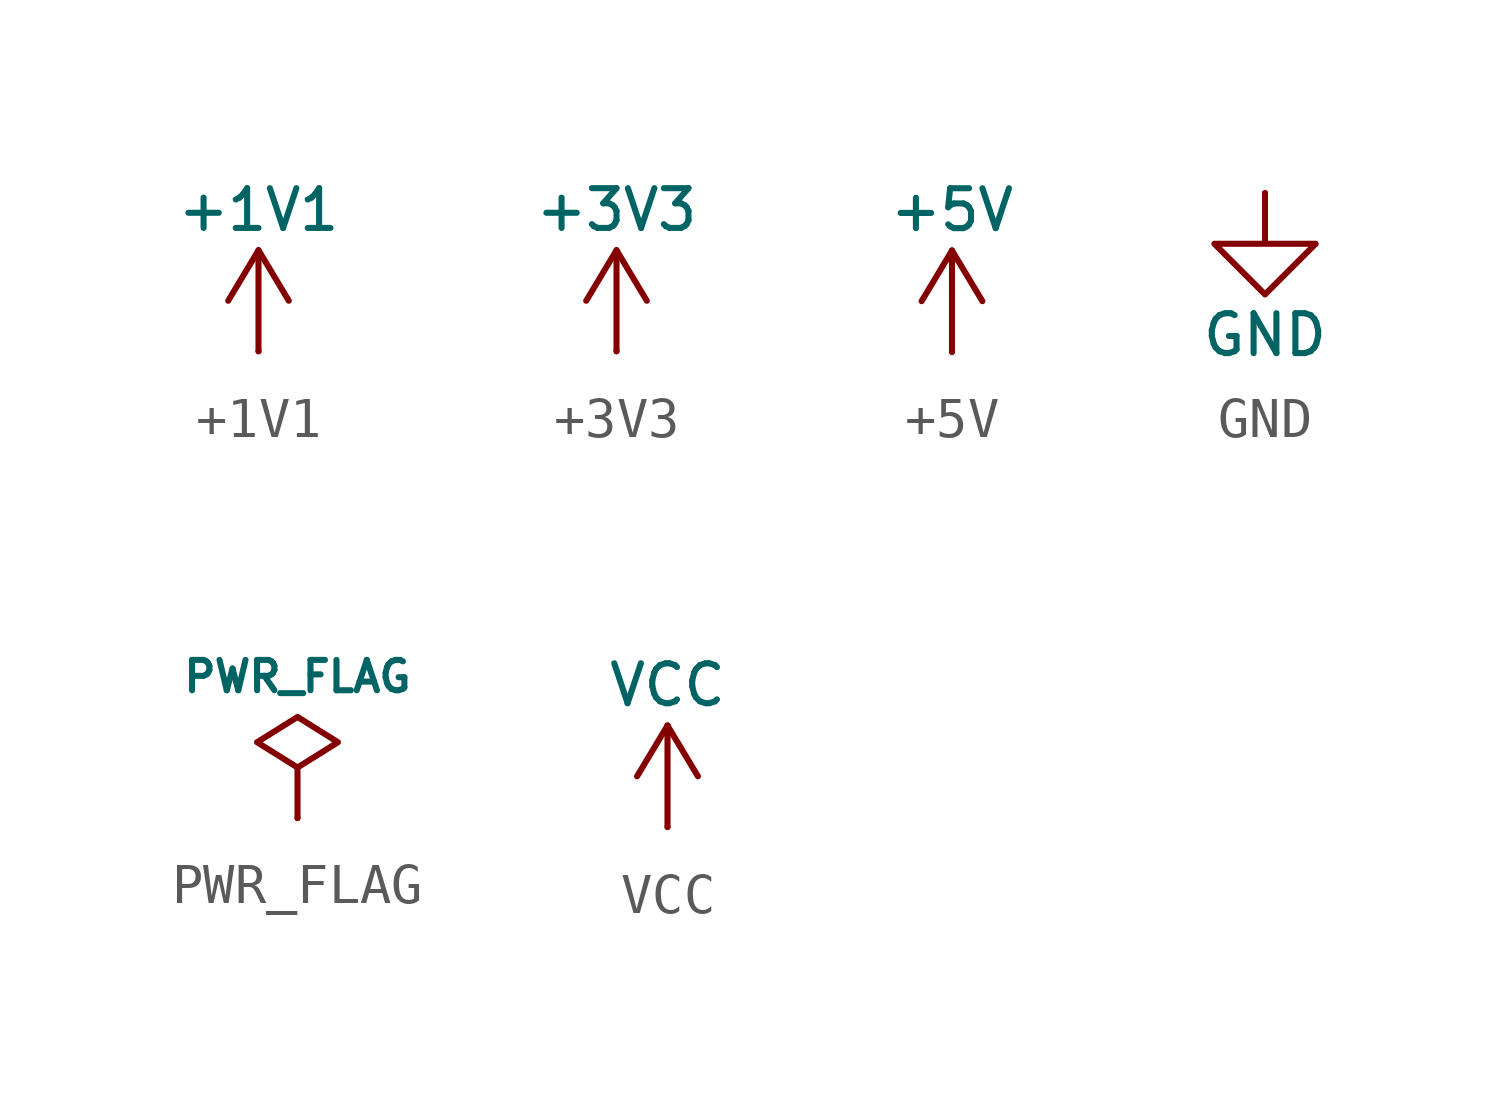
<source format=kicad_sym>
(kicad_symbol_lib
  (version 20241209)
  (generator "kicad_symbol_editor")
  (generator_version "9.0")
  (symbol "+1V1"
    (power)
    (pin_numbers
      (hide yes))
    (pin_names
      (offset 0)
      (hide yes))
    (property "Reference" "#PWR"
      (at 0 -11.938 0)
      (effects (font (size 1.27 1.27)) (hide yes)))
    (property "Value" "+1V1"
      (at 0 3.556 0)
      (effects (font (size 1 1))))
    (symbol "+1V1_0_1"
      (polyline (pts (xy -0.762 1.27) (xy 0 2.54)) (stroke (width 0) (type default)) (fill (type none)))
      (polyline (pts (xy 0 2.54) (xy 0.762 1.27)) (stroke (width 0) (type default)) (fill (type none)))
      (polyline (pts (xy 0 0) (xy 0 2.54)) (stroke (width 0) (type default)) (fill (type none))))
    (symbol "+1V1_1_1"
      (pin power_in line (at 0 0 90) (length 0) (name "~" (effects (font (size 1.27 1.27)))) (number "1" (effects (font (size 1.27 1.27)))))))
  (symbol "+3V3"
    (power)
    (pin_numbers
      (hide yes))
    (pin_names
      (offset 0)
      (hide yes))
    (property "Reference" "#PWR"
      (at 0 -11.938 0)
      (effects (font (size 1.27 1.27)) (hide yes)))
    (property "Value" "+3V3"
      (at 0 3.556 0)
      (effects (font (size 1 1))))
    (symbol "+3V3_0_1"
      (polyline (pts (xy -0.762 1.27) (xy 0 2.54)) (stroke (width 0) (type default)) (fill (type none)))
      (polyline (pts (xy 0 2.54) (xy 0.762 1.27)) (stroke (width 0) (type default)) (fill (type none)))
      (polyline (pts (xy 0 0) (xy 0 2.54)) (stroke (width 0) (type default)) (fill (type none))))
    (symbol "+3V3_1_1"
      (pin power_in line (at 0 0 90) (length 0) (name "~" (effects (font (size 1.27 1.27)))) (number "1" (effects (font (size 1.27 1.27)))))))
  (symbol "+5V"
    (power)
    (pin_numbers
      (hide yes))
    (pin_names
      (offset 0)
      (hide yes))
    (property "Reference" "#PWR"
      (at 0 -11.938 0)
      (effects (font (size 1.27 1.27)) (hide yes)))
    (property "Value" "+5V"
      (at 0 3.556 0)
      (effects (font (size 1 1))))
    (symbol "+5V_0_1"
      (polyline (pts (xy -0.762 1.27) (xy 0 2.54)) (stroke (width 0) (type default)) (fill (type none)))
      (polyline (pts (xy 0 2.54) (xy 0.762 1.27)) (stroke (width 0) (type default)) (fill (type none)))
      (polyline (pts (xy 0 0) (xy 0 2.54)) (stroke (width 0) (type default)) (fill (type none))))
    (symbol "+5V_1_1"
      (pin power_in line (at 0 0 90) (length 0) (name "~" (effects (font (size 1.27 1.27)))) (number "1" (effects (font (size 1.27 1.27)))))))
  (symbol "GND"
    (power)
    (pin_numbers
      (hide yes))
    (pin_names
      (offset 0)
      (hide yes))
    (property "Reference" "#PWR"
      (at 0 -6.35 0)
      (effects (font (size 1.27 1.27)) (hide yes)))
    (property "Value" "GND"
      (at 0 -3.556 0)
      (effects (font (size 1 1))))
    (symbol "GND_0_1"
      (polyline (pts (xy 0 0) (xy 0 -1.27) (xy 1.27 -1.27) (xy 0 -2.54) (xy -1.27 -1.27) (xy 0 -1.27)) (stroke (width 0) (type default)) (fill (type none))))
    (symbol "GND_1_1"
      (pin power_in line (at 0 0 270) (length 0) (name "~" (effects (font (size 1.27 1.27)))) (number "1" (effects (font (size 1.27 1.27)))))))
  (symbol "PWR_FLAG"
    (power)
    (pin_numbers
      (hide yes))
    (pin_names
      (offset 0)
      (hide yes))
    (property "Reference" "#FLG"
      (at 0 -7.62 0)
      (effects (font (size 1.27 1.27)) (hide yes)))
    (property "Value" "PWR_FLAG"
      (at 0 3.556 0)
      (effects (font (size 0.762 0.762))))
    (symbol "PWR_FLAG_0_0"
      (pin power_out line (at 0 0 90) (length 0) (name "~" (effects (font (size 1.27 1.27)))) (number "1" (effects (font (size 1.27 1.27))))))
    (symbol "PWR_FLAG_0_1"
      (polyline (pts (xy 0 0) (xy 0 1.27) (xy -1.016 1.905) (xy 0 2.54) (xy 1.016 1.905) (xy 0 1.27)) (stroke (width 0) (type default)) (fill (type none)))))
  (symbol "VCC"
    (power)
    (pin_numbers
      (hide yes))
    (pin_names
      (offset 0)
      (hide yes))
    (property "Reference" "#PWR"
      (at 0 -12.192 0)
      (effects (font (size 1.27 1.27)) (hide yes)))
    (property "Value" "VCC"
      (at 0 3.556 0)
      (effects (font (size 1 1))))
    (symbol "VCC_0_1"
      (polyline (pts (xy -0.762 1.27) (xy 0 2.54)) (stroke (width 0) (type default)) (fill (type none)))
      (polyline (pts (xy 0 2.54) (xy 0.762 1.27)) (stroke (width 0) (type default)) (fill (type none)))
      (polyline (pts (xy 0 0) (xy 0 2.54)) (stroke (width 0) (type default)) (fill (type none))))
    (symbol "VCC_1_1"
      (pin power_in line (at 0 0 90) (length 0) (name "~" (effects (font (size 1.27 1.27)))) (number "1" (effects (font (size 1.27 1.27))))))))
</source>
